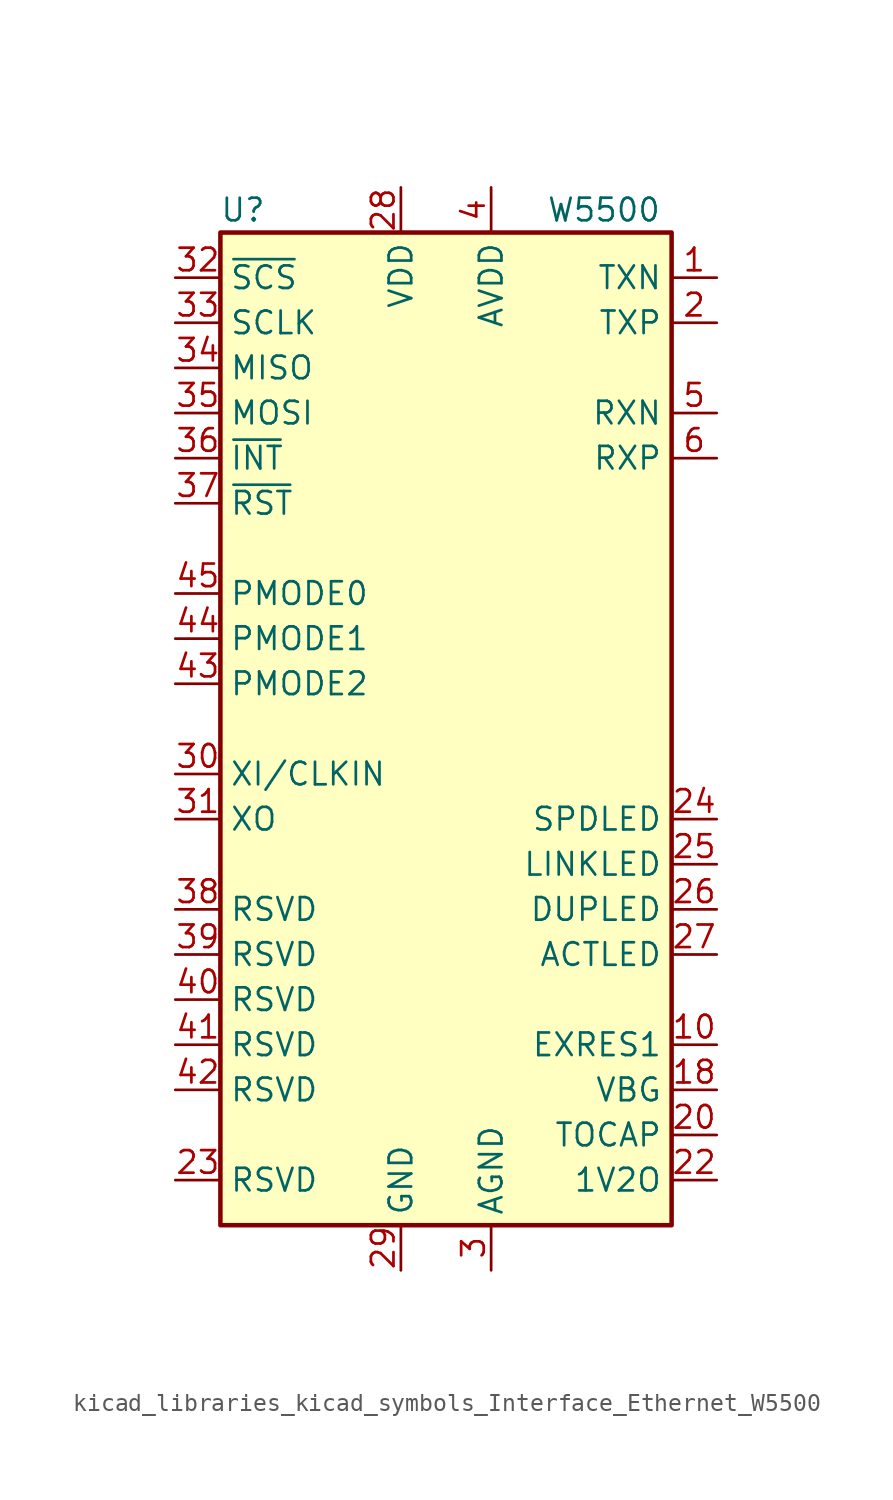
<source format=kicad_sym>
(kicad_symbol_lib
  (version 20220914)
  (generator kicad_symbol_editor)
  (symbol "kicad_libraries_kicad_symbols_Interface_Ethernet_W5500"
    (property "Reference" "U"
      (at -11.43 29.21 0)
      (effects (font (size 1.27 1.27))))
    (property "Value" "W5500"
      (at 8.89 29.21 0)
      (effects (font (size 1.27 1.27))))
    (symbol "kicad_libraries_kicad_symbols_Interface_Ethernet_W5500_0_1"
      (rectangle (start -12.7 27.94) (end 12.7 -27.94) (stroke (width 0.254) (type default)) (fill (type background))))
    (symbol "kicad_libraries_kicad_symbols_Interface_Ethernet_W5500_1_1"
      (pin output line (at 15.24 25.4 180) (length 2.54) (name "TXN" (effects (font (size 1.27 1.27)))) (number "1" (effects (font (size 1.27 1.27)))))
      (pin passive line (at 15.24 -17.78 180) (length 2.54) (name "EXRES1" (effects (font (size 1.27 1.27)))) (number "10" (effects (font (size 1.27 1.27)))))
      (pin passive line (at 2.54 30.48 270) (length 2.54) hide (name "AVDD" (effects (font (size 1.27 1.27)))) (number "11" (effects (font (size 1.27 1.27)))))
      (pin no_connect line (at 12.7 7.62 180) (length 2.54) hide (name "NC" (effects (font (size 1.27 1.27)))) (number "12" (effects (font (size 1.27 1.27)))))
      (pin no_connect line (at 12.7 5.08 180) (length 2.54) hide (name "NC" (effects (font (size 1.27 1.27)))) (number "13" (effects (font (size 1.27 1.27)))))
      (pin passive line (at 2.54 -30.48 90) (length 2.54) hide (name "AGND" (effects (font (size 1.27 1.27)))) (number "14" (effects (font (size 1.27 1.27)))))
      (pin passive line (at 2.54 30.48 270) (length 2.54) hide (name "AVDD" (effects (font (size 1.27 1.27)))) (number "15" (effects (font (size 1.27 1.27)))))
      (pin passive line (at 2.54 -30.48 90) (length 2.54) hide (name "AGND" (effects (font (size 1.27 1.27)))) (number "16" (effects (font (size 1.27 1.27)))))
      (pin passive line (at 2.54 30.48 270) (length 2.54) hide (name "AVDD" (effects (font (size 1.27 1.27)))) (number "17" (effects (font (size 1.27 1.27)))))
      (pin passive line (at 15.24 -20.32 180) (length 2.54) (name "VBG" (effects (font (size 1.27 1.27)))) (number "18" (effects (font (size 1.27 1.27)))))
      (pin passive line (at 2.54 -30.48 90) (length 2.54) hide (name "AGND" (effects (font (size 1.27 1.27)))) (number "19" (effects (font (size 1.27 1.27)))))
      (pin output line (at 15.24 22.86 180) (length 2.54) (name "TXP" (effects (font (size 1.27 1.27)))) (number "2" (effects (font (size 1.27 1.27)))))
      (pin passive line (at 15.24 -22.86 180) (length 2.54) (name "TOCAP" (effects (font (size 1.27 1.27)))) (number "20" (effects (font (size 1.27 1.27)))))
      (pin passive line (at 2.54 30.48 270) (length 2.54) hide (name "AVDD" (effects (font (size 1.27 1.27)))) (number "21" (effects (font (size 1.27 1.27)))))
      (pin output line (at 15.24 -25.4 180) (length 2.54) (name "1V2O" (effects (font (size 1.27 1.27)))) (number "22" (effects (font (size 1.27 1.27)))))
      (pin input line (at -15.24 -25.4 0) (length 2.54) (name "RSVD" (effects (font (size 1.27 1.27)))) (number "23" (effects (font (size 1.27 1.27)))))
      (pin output line (at 15.24 -5.08 180) (length 2.54) (name "SPDLED" (effects (font (size 1.27 1.27)))) (number "24" (effects (font (size 1.27 1.27)))))
      (pin output line (at 15.24 -7.62 180) (length 2.54) (name "LINKLED" (effects (font (size 1.27 1.27)))) (number "25" (effects (font (size 1.27 1.27)))))
      (pin output line (at 15.24 -10.16 180) (length 2.54) (name "DUPLED" (effects (font (size 1.27 1.27)))) (number "26" (effects (font (size 1.27 1.27)))))
      (pin output line (at 15.24 -12.7 180) (length 2.54) (name "ACTLED" (effects (font (size 1.27 1.27)))) (number "27" (effects (font (size 1.27 1.27)))))
      (pin power_in line (at -2.54 30.48 270) (length 2.54) (name "VDD" (effects (font (size 1.27 1.27)))) (number "28" (effects (font (size 1.27 1.27)))))
      (pin power_in line (at -2.54 -30.48 90) (length 2.54) (name "GND" (effects (font (size 1.27 1.27)))) (number "29" (effects (font (size 1.27 1.27)))))
      (pin power_in line (at 2.54 -30.48 90) (length 2.54) (name "AGND" (effects (font (size 1.27 1.27)))) (number "3" (effects (font (size 1.27 1.27)))))
      (pin input line (at -15.24 -2.54 0) (length 2.54) (name "XI/CLKIN" (effects (font (size 1.27 1.27)))) (number "30" (effects (font (size 1.27 1.27)))))
      (pin output line (at -15.24 -5.08 0) (length 2.54) (name "XO" (effects (font (size 1.27 1.27)))) (number "31" (effects (font (size 1.27 1.27)))))
      (pin input line (at -15.24 25.4 0) (length 2.54) (name "~{SCS}" (effects (font (size 1.27 1.27)))) (number "32" (effects (font (size 1.27 1.27)))))
      (pin input line (at -15.24 22.86 0) (length 2.54) (name "SCLK" (effects (font (size 1.27 1.27)))) (number "33" (effects (font (size 1.27 1.27)))))
      (pin output line (at -15.24 20.32 0) (length 2.54) (name "MISO" (effects (font (size 1.27 1.27)))) (number "34" (effects (font (size 1.27 1.27)))))
      (pin input line (at -15.24 17.78 0) (length 2.54) (name "MOSI" (effects (font (size 1.27 1.27)))) (number "35" (effects (font (size 1.27 1.27)))))
      (pin input line (at -15.24 15.24 0) (length 2.54) (name "~{INT}" (effects (font (size 1.27 1.27)))) (number "36" (effects (font (size 1.27 1.27)))))
      (pin input line (at -15.24 12.7 0) (length 2.54) (name "~{RST}" (effects (font (size 1.27 1.27)))) (number "37" (effects (font (size 1.27 1.27)))))
      (pin input line (at -15.24 -10.16 0) (length 2.54) (name "RSVD" (effects (font (size 1.27 1.27)))) (number "38" (effects (font (size 1.27 1.27)))))
      (pin input line (at -15.24 -12.7 0) (length 2.54) (name "RSVD" (effects (font (size 1.27 1.27)))) (number "39" (effects (font (size 1.27 1.27)))))
      (pin power_in line (at 2.54 30.48 270) (length 2.54) (name "AVDD" (effects (font (size 1.27 1.27)))) (number "4" (effects (font (size 1.27 1.27)))))
      (pin input line (at -15.24 -15.24 0) (length 2.54) (name "RSVD" (effects (font (size 1.27 1.27)))) (number "40" (effects (font (size 1.27 1.27)))))
      (pin input line (at -15.24 -17.78 0) (length 2.54) (name "RSVD" (effects (font (size 1.27 1.27)))) (number "41" (effects (font (size 1.27 1.27)))))
      (pin input line (at -15.24 -20.32 0) (length 2.54) (name "RSVD" (effects (font (size 1.27 1.27)))) (number "42" (effects (font (size 1.27 1.27)))))
      (pin input line (at -15.24 2.54 0) (length 2.54) (name "PMODE2" (effects (font (size 1.27 1.27)))) (number "43" (effects (font (size 1.27 1.27)))))
      (pin input line (at -15.24 5.08 0) (length 2.54) (name "PMODE1" (effects (font (size 1.27 1.27)))) (number "44" (effects (font (size 1.27 1.27)))))
      (pin input line (at -15.24 7.62 0) (length 2.54) (name "PMODE0" (effects (font (size 1.27 1.27)))) (number "45" (effects (font (size 1.27 1.27)))))
      (pin no_connect line (at 12.7 2.54 180) (length 2.54) hide (name "NC" (effects (font (size 1.27 1.27)))) (number "46" (effects (font (size 1.27 1.27)))))
      (pin no_connect line (at 12.7 0 180) (length 2.54) hide (name "NC" (effects (font (size 1.27 1.27)))) (number "47" (effects (font (size 1.27 1.27)))))
      (pin passive line (at 2.54 -30.48 90) (length 2.54) hide (name "AGND" (effects (font (size 1.27 1.27)))) (number "48" (effects (font (size 1.27 1.27)))))
      (pin input line (at 15.24 17.78 180) (length 2.54) (name "RXN" (effects (font (size 1.27 1.27)))) (number "5" (effects (font (size 1.27 1.27)))))
      (pin input line (at 15.24 15.24 180) (length 2.54) (name "RXP" (effects (font (size 1.27 1.27)))) (number "6" (effects (font (size 1.27 1.27)))))
      (pin no_connect line (at 12.7 10.16 180) (length 2.54) hide (name "DNC" (effects (font (size 1.27 1.27)))) (number "7" (effects (font (size 1.27 1.27)))))
      (pin passive line (at 2.54 30.48 270) (length 2.54) hide (name "AVDD" (effects (font (size 1.27 1.27)))) (number "8" (effects (font (size 1.27 1.27)))))
      (pin passive line (at 2.54 -30.48 90) (length 2.54) hide (name "AGND" (effects (font (size 1.27 1.27)))) (number "9" (effects (font (size 1.27 1.27))))))))
</source>
